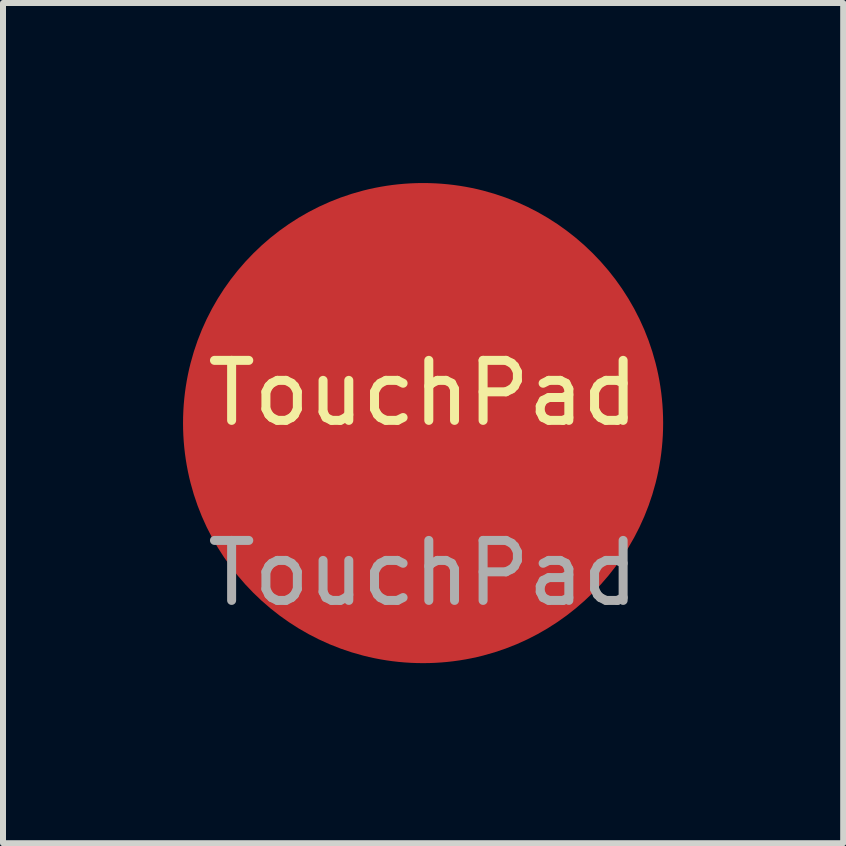
<source format=kicad_pcb>
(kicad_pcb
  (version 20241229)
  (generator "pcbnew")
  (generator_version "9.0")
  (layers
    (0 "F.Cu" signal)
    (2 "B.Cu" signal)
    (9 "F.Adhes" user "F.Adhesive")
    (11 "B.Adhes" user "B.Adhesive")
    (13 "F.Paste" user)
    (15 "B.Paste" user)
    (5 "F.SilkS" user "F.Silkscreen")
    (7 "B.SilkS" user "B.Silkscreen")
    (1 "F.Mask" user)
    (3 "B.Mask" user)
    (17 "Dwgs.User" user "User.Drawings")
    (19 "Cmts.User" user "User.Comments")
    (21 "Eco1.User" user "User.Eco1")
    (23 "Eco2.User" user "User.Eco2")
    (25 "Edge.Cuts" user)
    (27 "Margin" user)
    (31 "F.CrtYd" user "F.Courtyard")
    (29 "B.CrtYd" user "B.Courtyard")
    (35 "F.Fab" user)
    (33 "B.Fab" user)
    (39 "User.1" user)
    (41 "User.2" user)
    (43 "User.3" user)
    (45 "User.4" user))
  (footprint "TouchPad"
    (layer "F.Cu")
    (at 4 4)
    (property "Reference" "TouchPad" (at 0 -0.5 0) (unlocked yes) (layer "F.SilkS") (effects (font (size 1 1) (thickness 0.15))))
    (fp_text user "${REFERENCE}" (at 0 2.5 0) (unlocked yes) (layer "F.Fab") (effects (font (size 1 1) (thickness 0.15))))
    (pad "1" smd circle (at 0 0) (size 8 8) (layers "F.Cu" "F.Mask")))
  (gr_rect
    (start -3 -3)
    (end 11 11)
    (stroke (width 0.1) (type default))
    (fill no)
    (layer "Edge.Cuts")))
</source>
